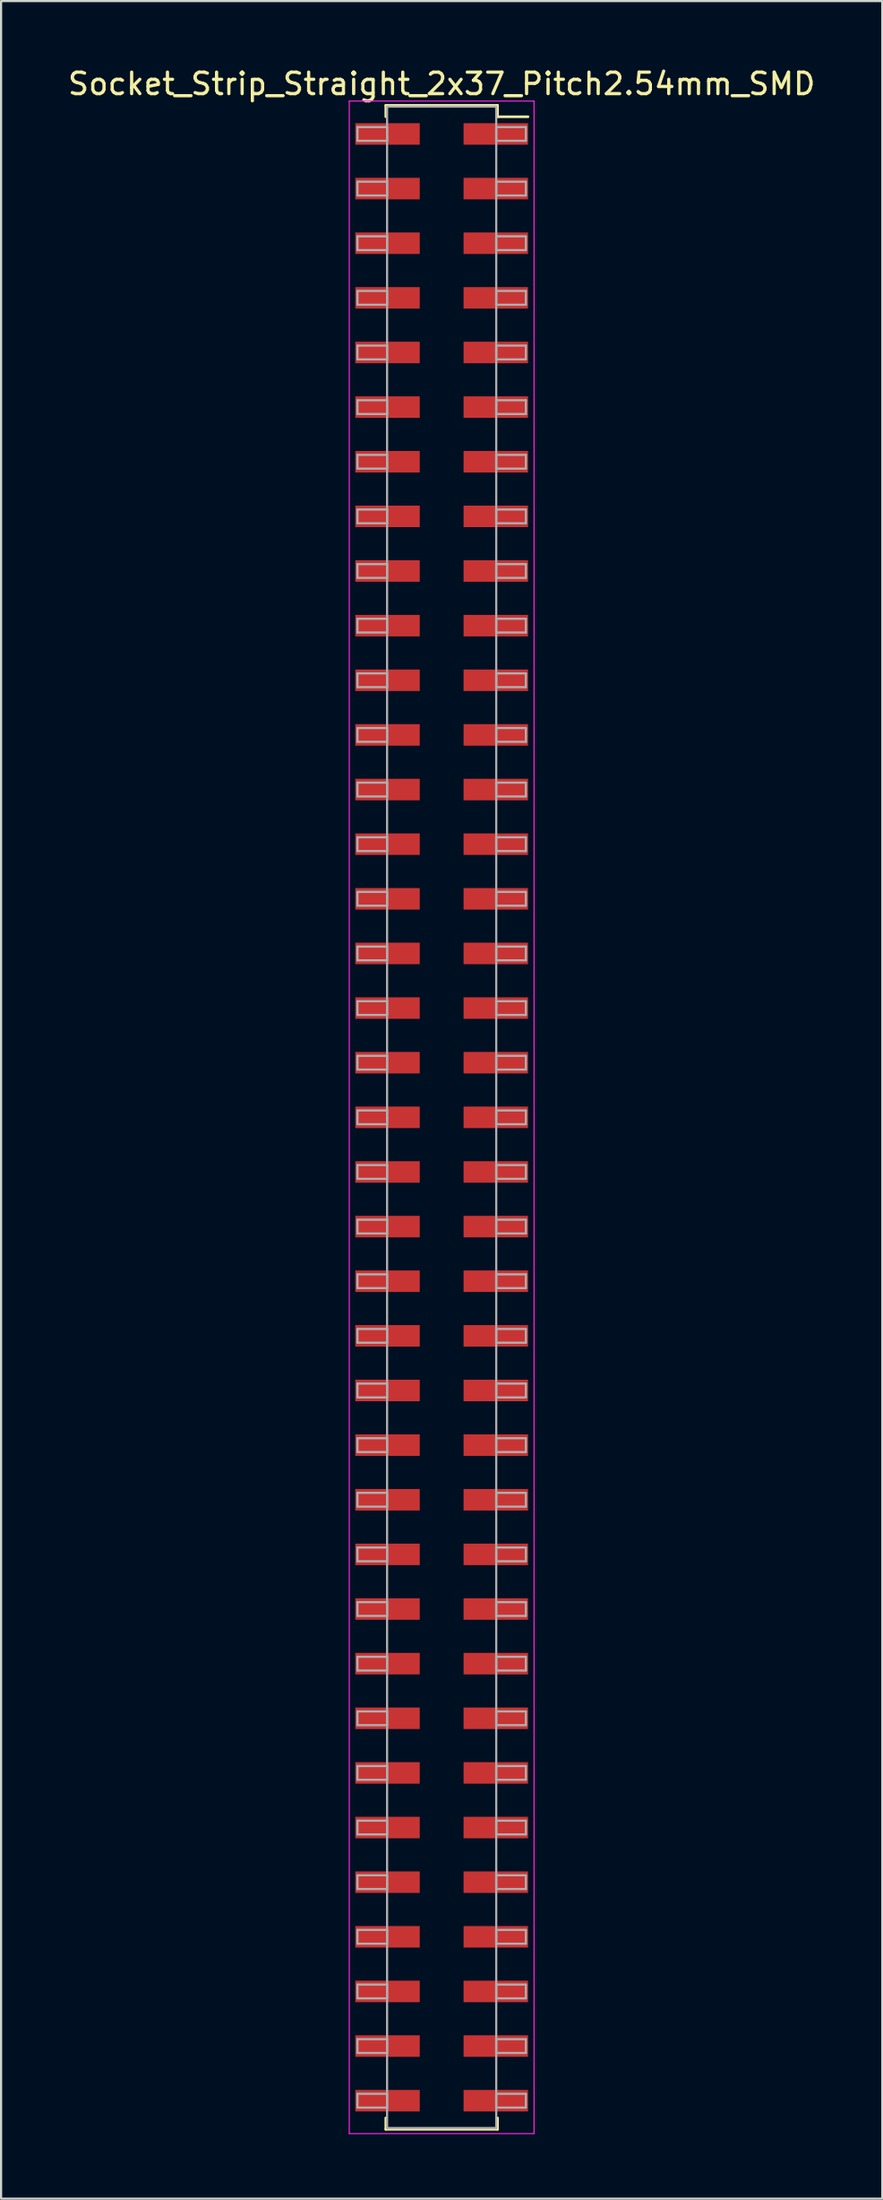
<source format=kicad_pcb>
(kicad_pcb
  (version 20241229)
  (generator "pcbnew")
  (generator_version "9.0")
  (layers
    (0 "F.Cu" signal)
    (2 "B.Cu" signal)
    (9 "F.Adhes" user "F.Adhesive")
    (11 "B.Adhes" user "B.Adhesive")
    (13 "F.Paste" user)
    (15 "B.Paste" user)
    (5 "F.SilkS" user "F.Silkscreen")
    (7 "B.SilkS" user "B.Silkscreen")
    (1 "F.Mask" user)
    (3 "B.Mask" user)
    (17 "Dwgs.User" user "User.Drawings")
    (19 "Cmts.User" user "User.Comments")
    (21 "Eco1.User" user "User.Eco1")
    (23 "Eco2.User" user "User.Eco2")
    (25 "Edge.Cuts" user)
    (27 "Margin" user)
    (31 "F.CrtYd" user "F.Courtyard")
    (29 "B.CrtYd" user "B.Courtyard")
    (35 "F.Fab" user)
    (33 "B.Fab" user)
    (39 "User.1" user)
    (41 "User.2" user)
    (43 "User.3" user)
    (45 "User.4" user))
  (footprint "Socket_Strip_Straight_2x37_Pitch2.54mm_SMD"
    (layer "F.Cu")
    (at 17.506 48.898)
    (property "Reference" "Socket_Strip_Straight_2x37_Pitch2.54mm_SMD" (at 0 -48.05 0) (layer "F.SilkS") (effects (font (size 1 1) (thickness 0.15))))
    (attr smd)
    (fp_line (start -2.6 -47.05) (end 2.6 -47.05) (stroke (width 0.12) (type solid)) (layer "F.SilkS"))
    (fp_line (start -2.6 -46.52) (end -2.6 -47.05) (stroke (width 0.12) (type solid)) (layer "F.SilkS"))
    (fp_line (start -2.6 46.52) (end -2.6 47.05) (stroke (width 0.12) (type solid)) (layer "F.SilkS"))
    (fp_line (start -2.6 47.05) (end 2.6 47.05) (stroke (width 0.12) (type solid)) (layer "F.SilkS"))
    (fp_line (start 2.6 -47.05) (end 2.6 -46.52) (stroke (width 0.12) (type solid)) (layer "F.SilkS"))
    (fp_line (start 2.6 47.05) (end 2.6 46.52) (stroke (width 0.12) (type solid)) (layer "F.SilkS"))
    (fp_line (start 4.02 -46.52) (end 2.6 -46.52) (stroke (width 0.12) (type solid)) (layer "F.SilkS"))
    (fp_line (start -4.3 -47.25) (end -4.3 47.25) (stroke (width 0.05) (type solid)) (layer "F.CrtYd"))
    (fp_line (start -4.3 47.25) (end 4.3 47.25) (stroke (width 0.05) (type solid)) (layer "F.CrtYd"))
    (fp_line (start 4.3 -47.25) (end -4.3 -47.25) (stroke (width 0.05) (type solid)) (layer "F.CrtYd"))
    (fp_line (start 4.3 47.25) (end 4.3 -47.25) (stroke (width 0.05) (type solid)) (layer "F.CrtYd"))
    (fp_line (start -3.92 -46.04) (end -2.54 -46.04) (stroke (width 0.1) (type solid)) (layer "F.Fab"))
    (fp_line (start -3.92 -45.4) (end -3.92 -46.04) (stroke (width 0.1) (type solid)) (layer "F.Fab"))
    (fp_line (start -3.92 -43.5) (end -2.54 -43.5) (stroke (width 0.1) (type solid)) (layer "F.Fab"))
    (fp_line (start -3.92 -42.86) (end -3.92 -43.5) (stroke (width 0.1) (type solid)) (layer "F.Fab"))
    (fp_line (start -3.92 -40.96) (end -2.54 -40.96) (stroke (width 0.1) (type solid)) (layer "F.Fab"))
    (fp_line (start -3.92 -40.32) (end -3.92 -40.96) (stroke (width 0.1) (type solid)) (layer "F.Fab"))
    (fp_line (start -3.92 -38.42) (end -2.54 -38.42) (stroke (width 0.1) (type solid)) (layer "F.Fab"))
    (fp_line (start -3.92 -37.78) (end -3.92 -38.42) (stroke (width 0.1) (type solid)) (layer "F.Fab"))
    (fp_line (start -3.92 -35.88) (end -2.54 -35.88) (stroke (width 0.1) (type solid)) (layer "F.Fab"))
    (fp_line (start -3.92 -35.24) (end -3.92 -35.88) (stroke (width 0.1) (type solid)) (layer "F.Fab"))
    (fp_line (start -3.92 -33.34) (end -2.54 -33.34) (stroke (width 0.1) (type solid)) (layer "F.Fab"))
    (fp_line (start -3.92 -32.7) (end -3.92 -33.34) (stroke (width 0.1) (type solid)) (layer "F.Fab"))
    (fp_line (start -3.92 -30.8) (end -2.54 -30.8) (stroke (width 0.1) (type solid)) (layer "F.Fab"))
    (fp_line (start -3.92 -30.16) (end -3.92 -30.8) (stroke (width 0.1) (type solid)) (layer "F.Fab"))
    (fp_line (start -3.92 -28.26) (end -2.54 -28.26) (stroke (width 0.1) (type solid)) (layer "F.Fab"))
    (fp_line (start -3.92 -27.62) (end -3.92 -28.26) (stroke (width 0.1) (type solid)) (layer "F.Fab"))
    (fp_line (start -3.92 -25.72) (end -2.54 -25.72) (stroke (width 0.1) (type solid)) (layer "F.Fab"))
    (fp_line (start -3.92 -25.08) (end -3.92 -25.72) (stroke (width 0.1) (type solid)) (layer "F.Fab"))
    (fp_line (start -3.92 -23.18) (end -2.54 -23.18) (stroke (width 0.1) (type solid)) (layer "F.Fab"))
    (fp_line (start -3.92 -22.54) (end -3.92 -23.18) (stroke (width 0.1) (type solid)) (layer "F.Fab"))
    (fp_line (start -3.92 -20.64) (end -2.54 -20.64) (stroke (width 0.1) (type solid)) (layer "F.Fab"))
    (fp_line (start -3.92 -20) (end -3.92 -20.64) (stroke (width 0.1) (type solid)) (layer "F.Fab"))
    (fp_line (start -3.92 -18.1) (end -2.54 -18.1) (stroke (width 0.1) (type solid)) (layer "F.Fab"))
    (fp_line (start -3.92 -17.46) (end -3.92 -18.1) (stroke (width 0.1) (type solid)) (layer "F.Fab"))
    (fp_line (start -3.92 -15.56) (end -2.54 -15.56) (stroke (width 0.1) (type solid)) (layer "F.Fab"))
    (fp_line (start -3.92 -14.92) (end -3.92 -15.56) (stroke (width 0.1) (type solid)) (layer "F.Fab"))
    (fp_line (start -3.92 -13.02) (end -2.54 -13.02) (stroke (width 0.1) (type solid)) (layer "F.Fab"))
    (fp_line (start -3.92 -12.38) (end -3.92 -13.02) (stroke (width 0.1) (type solid)) (layer "F.Fab"))
    (fp_line (start -3.92 -10.48) (end -2.54 -10.48) (stroke (width 0.1) (type solid)) (layer "F.Fab"))
    (fp_line (start -3.92 -9.84) (end -3.92 -10.48) (stroke (width 0.1) (type solid)) (layer "F.Fab"))
    (fp_line (start -3.92 -7.94) (end -2.54 -7.94) (stroke (width 0.1) (type solid)) (layer "F.Fab"))
    (fp_line (start -3.92 -7.3) (end -3.92 -7.94) (stroke (width 0.1) (type solid)) (layer "F.Fab"))
    (fp_line (start -3.92 -5.4) (end -2.54 -5.4) (stroke (width 0.1) (type solid)) (layer "F.Fab"))
    (fp_line (start -3.92 -4.76) (end -3.92 -5.4) (stroke (width 0.1) (type solid)) (layer "F.Fab"))
    (fp_line (start -3.92 -2.86) (end -2.54 -2.86) (stroke (width 0.1) (type solid)) (layer "F.Fab"))
    (fp_line (start -3.92 -2.22) (end -3.92 -2.86) (stroke (width 0.1) (type solid)) (layer "F.Fab"))
    (fp_line (start -3.92 -0.32) (end -2.54 -0.32) (stroke (width 0.1) (type solid)) (layer "F.Fab"))
    (fp_line (start -3.92 0.32) (end -3.92 -0.32) (stroke (width 0.1) (type solid)) (layer "F.Fab"))
    (fp_line (start -3.92 2.22) (end -2.54 2.22) (stroke (width 0.1) (type solid)) (layer "F.Fab"))
    (fp_line (start -3.92 2.86) (end -3.92 2.22) (stroke (width 0.1) (type solid)) (layer "F.Fab"))
    (fp_line (start -3.92 4.76) (end -2.54 4.76) (stroke (width 0.1) (type solid)) (layer "F.Fab"))
    (fp_line (start -3.92 5.4) (end -3.92 4.76) (stroke (width 0.1) (type solid)) (layer "F.Fab"))
    (fp_line (start -3.92 7.3) (end -2.54 7.3) (stroke (width 0.1) (type solid)) (layer "F.Fab"))
    (fp_line (start -3.92 7.94) (end -3.92 7.3) (stroke (width 0.1) (type solid)) (layer "F.Fab"))
    (fp_line (start -3.92 9.84) (end -2.54 9.84) (stroke (width 0.1) (type solid)) (layer "F.Fab"))
    (fp_line (start -3.92 10.48) (end -3.92 9.84) (stroke (width 0.1) (type solid)) (layer "F.Fab"))
    (fp_line (start -3.92 12.38) (end -2.54 12.38) (stroke (width 0.1) (type solid)) (layer "F.Fab"))
    (fp_line (start -3.92 13.02) (end -3.92 12.38) (stroke (width 0.1) (type solid)) (layer "F.Fab"))
    (fp_line (start -3.92 14.92) (end -2.54 14.92) (stroke (width 0.1) (type solid)) (layer "F.Fab"))
    (fp_line (start -3.92 15.56) (end -3.92 14.92) (stroke (width 0.1) (type solid)) (layer "F.Fab"))
    (fp_line (start -3.92 17.46) (end -2.54 17.46) (stroke (width 0.1) (type solid)) (layer "F.Fab"))
    (fp_line (start -3.92 18.1) (end -3.92 17.46) (stroke (width 0.1) (type solid)) (layer "F.Fab"))
    (fp_line (start -3.92 20) (end -2.54 20) (stroke (width 0.1) (type solid)) (layer "F.Fab"))
    (fp_line (start -3.92 20.64) (end -3.92 20) (stroke (width 0.1) (type solid)) (layer "F.Fab"))
    (fp_line (start -3.92 22.54) (end -2.54 22.54) (stroke (width 0.1) (type solid)) (layer "F.Fab"))
    (fp_line (start -3.92 23.18) (end -3.92 22.54) (stroke (width 0.1) (type solid)) (layer "F.Fab"))
    (fp_line (start -3.92 25.08) (end -2.54 25.08) (stroke (width 0.1) (type solid)) (layer "F.Fab"))
    (fp_line (start -3.92 25.72) (end -3.92 25.08) (stroke (width 0.1) (type solid)) (layer "F.Fab"))
    (fp_line (start -3.92 27.62) (end -2.54 27.62) (stroke (width 0.1) (type solid)) (layer "F.Fab"))
    (fp_line (start -3.92 28.26) (end -3.92 27.62) (stroke (width 0.1) (type solid)) (layer "F.Fab"))
    (fp_line (start -3.92 30.16) (end -2.54 30.16) (stroke (width 0.1) (type solid)) (layer "F.Fab"))
    (fp_line (start -3.92 30.8) (end -3.92 30.16) (stroke (width 0.1) (type solid)) (layer "F.Fab"))
    (fp_line (start -3.92 32.7) (end -2.54 32.7) (stroke (width 0.1) (type solid)) (layer "F.Fab"))
    (fp_line (start -3.92 33.34) (end -3.92 32.7) (stroke (width 0.1) (type solid)) (layer "F.Fab"))
    (fp_line (start -3.92 35.24) (end -2.54 35.24) (stroke (width 0.1) (type solid)) (layer "F.Fab"))
    (fp_line (start -3.92 35.88) (end -3.92 35.24) (stroke (width 0.1) (type solid)) (layer "F.Fab"))
    (fp_line (start -3.92 37.78) (end -2.54 37.78) (stroke (width 0.1) (type solid)) (layer "F.Fab"))
    (fp_line (start -3.92 38.42) (end -3.92 37.78) (stroke (width 0.1) (type solid)) (layer "F.Fab"))
    (fp_line (start -3.92 40.32) (end -2.54 40.32) (stroke (width 0.1) (type solid)) (layer "F.Fab"))
    (fp_line (start -3.92 40.96) (end -3.92 40.32) (stroke (width 0.1) (type solid)) (layer "F.Fab"))
    (fp_line (start -3.92 42.86) (end -2.54 42.86) (stroke (width 0.1) (type solid)) (layer "F.Fab"))
    (fp_line (start -3.92 43.5) (end -3.92 42.86) (stroke (width 0.1) (type solid)) (layer "F.Fab"))
    (fp_line (start -3.92 45.4) (end -2.54 45.4) (stroke (width 0.1) (type solid)) (layer "F.Fab"))
    (fp_line (start -3.92 46.04) (end -3.92 45.4) (stroke (width 0.1) (type solid)) (layer "F.Fab"))
    (fp_line (start -2.54 -46.99) (end -2.54 46.99) (stroke (width 0.1) (type solid)) (layer "F.Fab"))
    (fp_line (start -2.54 -46.04) (end -2.54 -45.4) (stroke (width 0.1) (type solid)) (layer "F.Fab"))
    (fp_line (start -2.54 -45.4) (end -3.92 -45.4) (stroke (width 0.1) (type solid)) (layer "F.Fab"))
    (fp_line (start -2.54 -43.5) (end -2.54 -42.86) (stroke (width 0.1) (type solid)) (layer "F.Fab"))
    (fp_line (start -2.54 -42.86) (end -3.92 -42.86) (stroke (width 0.1) (type solid)) (layer "F.Fab"))
    (fp_line (start -2.54 -40.96) (end -2.54 -40.32) (stroke (width 0.1) (type solid)) (layer "F.Fab"))
    (fp_line (start -2.54 -40.32) (end -3.92 -40.32) (stroke (width 0.1) (type solid)) (layer "F.Fab"))
    (fp_line (start -2.54 -38.42) (end -2.54 -37.78) (stroke (width 0.1) (type solid)) (layer "F.Fab"))
    (fp_line (start -2.54 -37.78) (end -3.92 -37.78) (stroke (width 0.1) (type solid)) (layer "F.Fab"))
    (fp_line (start -2.54 -35.88) (end -2.54 -35.24) (stroke (width 0.1) (type solid)) (layer "F.Fab"))
    (fp_line (start -2.54 -35.24) (end -3.92 -35.24) (stroke (width 0.1) (type solid)) (layer "F.Fab"))
    (fp_line (start -2.54 -33.34) (end -2.54 -32.7) (stroke (width 0.1) (type solid)) (layer "F.Fab"))
    (fp_line (start -2.54 -32.7) (end -3.92 -32.7) (stroke (width 0.1) (type solid)) (layer "F.Fab"))
    (fp_line (start -2.54 -30.8) (end -2.54 -30.16) (stroke (width 0.1) (type solid)) (layer "F.Fab"))
    (fp_line (start -2.54 -30.16) (end -3.92 -30.16) (stroke (width 0.1) (type solid)) (layer "F.Fab"))
    (fp_line (start -2.54 -28.26) (end -2.54 -27.62) (stroke (width 0.1) (type solid)) (layer "F.Fab"))
    (fp_line (start -2.54 -27.62) (end -3.92 -27.62) (stroke (width 0.1) (type solid)) (layer "F.Fab"))
    (fp_line (start -2.54 -25.72) (end -2.54 -25.08) (stroke (width 0.1) (type solid)) (layer "F.Fab"))
    (fp_line (start -2.54 -25.08) (end -3.92 -25.08) (stroke (width 0.1) (type solid)) (layer "F.Fab"))
    (fp_line (start -2.54 -23.18) (end -2.54 -22.54) (stroke (width 0.1) (type solid)) (layer "F.Fab"))
    (fp_line (start -2.54 -22.54) (end -3.92 -22.54) (stroke (width 0.1) (type solid)) (layer "F.Fab"))
    (fp_line (start -2.54 -20.64) (end -2.54 -20) (stroke (width 0.1) (type solid)) (layer "F.Fab"))
    (fp_line (start -2.54 -20) (end -3.92 -20) (stroke (width 0.1) (type solid)) (layer "F.Fab"))
    (fp_line (start -2.54 -18.1) (end -2.54 -17.46) (stroke (width 0.1) (type solid)) (layer "F.Fab"))
    (fp_line (start -2.54 -17.46) (end -3.92 -17.46) (stroke (width 0.1) (type solid)) (layer "F.Fab"))
    (fp_line (start -2.54 -15.56) (end -2.54 -14.92) (stroke (width 0.1) (type solid)) (layer "F.Fab"))
    (fp_line (start -2.54 -14.92) (end -3.92 -14.92) (stroke (width 0.1) (type solid)) (layer "F.Fab"))
    (fp_line (start -2.54 -13.02) (end -2.54 -12.38) (stroke (width 0.1) (type solid)) (layer "F.Fab"))
    (fp_line (start -2.54 -12.38) (end -3.92 -12.38) (stroke (width 0.1) (type solid)) (layer "F.Fab"))
    (fp_line (start -2.54 -10.48) (end -2.54 -9.84) (stroke (width 0.1) (type solid)) (layer "F.Fab"))
    (fp_line (start -2.54 -9.84) (end -3.92 -9.84) (stroke (width 0.1) (type solid)) (layer "F.Fab"))
    (fp_line (start -2.54 -7.94) (end -2.54 -7.3) (stroke (width 0.1) (type solid)) (layer "F.Fab"))
    (fp_line (start -2.54 -7.3) (end -3.92 -7.3) (stroke (width 0.1) (type solid)) (layer "F.Fab"))
    (fp_line (start -2.54 -5.4) (end -2.54 -4.76) (stroke (width 0.1) (type solid)) (layer "F.Fab"))
    (fp_line (start -2.54 -4.76) (end -3.92 -4.76) (stroke (width 0.1) (type solid)) (layer "F.Fab"))
    (fp_line (start -2.54 -2.86) (end -2.54 -2.22) (stroke (width 0.1) (type solid)) (layer "F.Fab"))
    (fp_line (start -2.54 -2.22) (end -3.92 -2.22) (stroke (width 0.1) (type solid)) (layer "F.Fab"))
    (fp_line (start -2.54 -0.32) (end -2.54 0.32) (stroke (width 0.1) (type solid)) (layer "F.Fab"))
    (fp_line (start -2.54 0.32) (end -3.92 0.32) (stroke (width 0.1) (type solid)) (layer "F.Fab"))
    (fp_line (start -2.54 2.22) (end -2.54 2.86) (stroke (width 0.1) (type solid)) (layer "F.Fab"))
    (fp_line (start -2.54 2.86) (end -3.92 2.86) (stroke (width 0.1) (type solid)) (layer "F.Fab"))
    (fp_line (start -2.54 4.76) (end -2.54 5.4) (stroke (width 0.1) (type solid)) (layer "F.Fab"))
    (fp_line (start -2.54 5.4) (end -3.92 5.4) (stroke (width 0.1) (type solid)) (layer "F.Fab"))
    (fp_line (start -2.54 7.3) (end -2.54 7.94) (stroke (width 0.1) (type solid)) (layer "F.Fab"))
    (fp_line (start -2.54 7.94) (end -3.92 7.94) (stroke (width 0.1) (type solid)) (layer "F.Fab"))
    (fp_line (start -2.54 9.84) (end -2.54 10.48) (stroke (width 0.1) (type solid)) (layer "F.Fab"))
    (fp_line (start -2.54 10.48) (end -3.92 10.48) (stroke (width 0.1) (type solid)) (layer "F.Fab"))
    (fp_line (start -2.54 12.38) (end -2.54 13.02) (stroke (width 0.1) (type solid)) (layer "F.Fab"))
    (fp_line (start -2.54 13.02) (end -3.92 13.02) (stroke (width 0.1) (type solid)) (layer "F.Fab"))
    (fp_line (start -2.54 14.92) (end -2.54 15.56) (stroke (width 0.1) (type solid)) (layer "F.Fab"))
    (fp_line (start -2.54 15.56) (end -3.92 15.56) (stroke (width 0.1) (type solid)) (layer "F.Fab"))
    (fp_line (start -2.54 17.46) (end -2.54 18.1) (stroke (width 0.1) (type solid)) (layer "F.Fab"))
    (fp_line (start -2.54 18.1) (end -3.92 18.1) (stroke (width 0.1) (type solid)) (layer "F.Fab"))
    (fp_line (start -2.54 20) (end -2.54 20.64) (stroke (width 0.1) (type solid)) (layer "F.Fab"))
    (fp_line (start -2.54 20.64) (end -3.92 20.64) (stroke (width 0.1) (type solid)) (layer "F.Fab"))
    (fp_line (start -2.54 22.54) (end -2.54 23.18) (stroke (width 0.1) (type solid)) (layer "F.Fab"))
    (fp_line (start -2.54 23.18) (end -3.92 23.18) (stroke (width 0.1) (type solid)) (layer "F.Fab"))
    (fp_line (start -2.54 25.08) (end -2.54 25.72) (stroke (width 0.1) (type solid)) (layer "F.Fab"))
    (fp_line (start -2.54 25.72) (end -3.92 25.72) (stroke (width 0.1) (type solid)) (layer "F.Fab"))
    (fp_line (start -2.54 27.62) (end -2.54 28.26) (stroke (width 0.1) (type solid)) (layer "F.Fab"))
    (fp_line (start -2.54 28.26) (end -3.92 28.26) (stroke (width 0.1) (type solid)) (layer "F.Fab"))
    (fp_line (start -2.54 30.16) (end -2.54 30.8) (stroke (width 0.1) (type solid)) (layer "F.Fab"))
    (fp_line (start -2.54 30.8) (end -3.92 30.8) (stroke (width 0.1) (type solid)) (layer "F.Fab"))
    (fp_line (start -2.54 32.7) (end -2.54 33.34) (stroke (width 0.1) (type solid)) (layer "F.Fab"))
    (fp_line (start -2.54 33.34) (end -3.92 33.34) (stroke (width 0.1) (type solid)) (layer "F.Fab"))
    (fp_line (start -2.54 35.24) (end -2.54 35.88) (stroke (width 0.1) (type solid)) (layer "F.Fab"))
    (fp_line (start -2.54 35.88) (end -3.92 35.88) (stroke (width 0.1) (type solid)) (layer "F.Fab"))
    (fp_line (start -2.54 37.78) (end -2.54 38.42) (stroke (width 0.1) (type solid)) (layer "F.Fab"))
    (fp_line (start -2.54 38.42) (end -3.92 38.42) (stroke (width 0.1) (type solid)) (layer "F.Fab"))
    (fp_line (start -2.54 40.32) (end -2.54 40.96) (stroke (width 0.1) (type solid)) (layer "F.Fab"))
    (fp_line (start -2.54 40.96) (end -3.92 40.96) (stroke (width 0.1) (type solid)) (layer "F.Fab"))
    (fp_line (start -2.54 42.86) (end -2.54 43.5) (stroke (width 0.1) (type solid)) (layer "F.Fab"))
    (fp_line (start -2.54 43.5) (end -3.92 43.5) (stroke (width 0.1) (type solid)) (layer "F.Fab"))
    (fp_line (start -2.54 45.4) (end -2.54 46.04) (stroke (width 0.1) (type solid)) (layer "F.Fab"))
    (fp_line (start -2.54 46.04) (end -3.92 46.04) (stroke (width 0.1) (type solid)) (layer "F.Fab"))
    (fp_line (start -2.54 46.99) (end 2.54 46.99) (stroke (width 0.1) (type solid)) (layer "F.Fab"))
    (fp_line (start 2.54 -46.99) (end -2.54 -46.99) (stroke (width 0.1) (type solid)) (layer "F.Fab"))
    (fp_line (start 2.54 -46.04) (end 2.54 -45.4) (stroke (width 0.1) (type solid)) (layer "F.Fab"))
    (fp_line (start 2.54 -45.4) (end 3.92 -45.4) (stroke (width 0.1) (type solid)) (layer "F.Fab"))
    (fp_line (start 2.54 -43.5) (end 2.54 -42.86) (stroke (width 0.1) (type solid)) (layer "F.Fab"))
    (fp_line (start 2.54 -42.86) (end 3.92 -42.86) (stroke (width 0.1) (type solid)) (layer "F.Fab"))
    (fp_line (start 2.54 -40.96) (end 2.54 -40.32) (stroke (width 0.1) (type solid)) (layer "F.Fab"))
    (fp_line (start 2.54 -40.32) (end 3.92 -40.32) (stroke (width 0.1) (type solid)) (layer "F.Fab"))
    (fp_line (start 2.54 -38.42) (end 2.54 -37.78) (stroke (width 0.1) (type solid)) (layer "F.Fab"))
    (fp_line (start 2.54 -37.78) (end 3.92 -37.78) (stroke (width 0.1) (type solid)) (layer "F.Fab"))
    (fp_line (start 2.54 -35.88) (end 2.54 -35.24) (stroke (width 0.1) (type solid)) (layer "F.Fab"))
    (fp_line (start 2.54 -35.24) (end 3.92 -35.24) (stroke (width 0.1) (type solid)) (layer "F.Fab"))
    (fp_line (start 2.54 -33.34) (end 2.54 -32.7) (stroke (width 0.1) (type solid)) (layer "F.Fab"))
    (fp_line (start 2.54 -32.7) (end 3.92 -32.7) (stroke (width 0.1) (type solid)) (layer "F.Fab"))
    (fp_line (start 2.54 -30.8) (end 2.54 -30.16) (stroke (width 0.1) (type solid)) (layer "F.Fab"))
    (fp_line (start 2.54 -30.16) (end 3.92 -30.16) (stroke (width 0.1) (type solid)) (layer "F.Fab"))
    (fp_line (start 2.54 -28.26) (end 2.54 -27.62) (stroke (width 0.1) (type solid)) (layer "F.Fab"))
    (fp_line (start 2.54 -27.62) (end 3.92 -27.62) (stroke (width 0.1) (type solid)) (layer "F.Fab"))
    (fp_line (start 2.54 -25.72) (end 2.54 -25.08) (stroke (width 0.1) (type solid)) (layer "F.Fab"))
    (fp_line (start 2.54 -25.08) (end 3.92 -25.08) (stroke (width 0.1) (type solid)) (layer "F.Fab"))
    (fp_line (start 2.54 -23.18) (end 2.54 -22.54) (stroke (width 0.1) (type solid)) (layer "F.Fab"))
    (fp_line (start 2.54 -22.54) (end 3.92 -22.54) (stroke (width 0.1) (type solid)) (layer "F.Fab"))
    (fp_line (start 2.54 -20.64) (end 2.54 -20) (stroke (width 0.1) (type solid)) (layer "F.Fab"))
    (fp_line (start 2.54 -20) (end 3.92 -20) (stroke (width 0.1) (type solid)) (layer "F.Fab"))
    (fp_line (start 2.54 -18.1) (end 2.54 -17.46) (stroke (width 0.1) (type solid)) (layer "F.Fab"))
    (fp_line (start 2.54 -17.46) (end 3.92 -17.46) (stroke (width 0.1) (type solid)) (layer "F.Fab"))
    (fp_line (start 2.54 -15.56) (end 2.54 -14.92) (stroke (width 0.1) (type solid)) (layer "F.Fab"))
    (fp_line (start 2.54 -14.92) (end 3.92 -14.92) (stroke (width 0.1) (type solid)) (layer "F.Fab"))
    (fp_line (start 2.54 -13.02) (end 2.54 -12.38) (stroke (width 0.1) (type solid)) (layer "F.Fab"))
    (fp_line (start 2.54 -12.38) (end 3.92 -12.38) (stroke (width 0.1) (type solid)) (layer "F.Fab"))
    (fp_line (start 2.54 -10.48) (end 2.54 -9.84) (stroke (width 0.1) (type solid)) (layer "F.Fab"))
    (fp_line (start 2.54 -9.84) (end 3.92 -9.84) (stroke (width 0.1) (type solid)) (layer "F.Fab"))
    (fp_line (start 2.54 -7.94) (end 2.54 -7.3) (stroke (width 0.1) (type solid)) (layer "F.Fab"))
    (fp_line (start 2.54 -7.3) (end 3.92 -7.3) (stroke (width 0.1) (type solid)) (layer "F.Fab"))
    (fp_line (start 2.54 -5.4) (end 2.54 -4.76) (stroke (width 0.1) (type solid)) (layer "F.Fab"))
    (fp_line (start 2.54 -4.76) (end 3.92 -4.76) (stroke (width 0.1) (type solid)) (layer "F.Fab"))
    (fp_line (start 2.54 -2.86) (end 2.54 -2.22) (stroke (width 0.1) (type solid)) (layer "F.Fab"))
    (fp_line (start 2.54 -2.22) (end 3.92 -2.22) (stroke (width 0.1) (type solid)) (layer "F.Fab"))
    (fp_line (start 2.54 -0.32) (end 2.54 0.32) (stroke (width 0.1) (type solid)) (layer "F.Fab"))
    (fp_line (start 2.54 0.32) (end 3.92 0.32) (stroke (width 0.1) (type solid)) (layer "F.Fab"))
    (fp_line (start 2.54 2.22) (end 2.54 2.86) (stroke (width 0.1) (type solid)) (layer "F.Fab"))
    (fp_line (start 2.54 2.86) (end 3.92 2.86) (stroke (width 0.1) (type solid)) (layer "F.Fab"))
    (fp_line (start 2.54 4.76) (end 2.54 5.4) (stroke (width 0.1) (type solid)) (layer "F.Fab"))
    (fp_line (start 2.54 5.4) (end 3.92 5.4) (stroke (width 0.1) (type solid)) (layer "F.Fab"))
    (fp_line (start 2.54 7.3) (end 2.54 7.94) (stroke (width 0.1) (type solid)) (layer "F.Fab"))
    (fp_line (start 2.54 7.94) (end 3.92 7.94) (stroke (width 0.1) (type solid)) (layer "F.Fab"))
    (fp_line (start 2.54 9.84) (end 2.54 10.48) (stroke (width 0.1) (type solid)) (layer "F.Fab"))
    (fp_line (start 2.54 10.48) (end 3.92 10.48) (stroke (width 0.1) (type solid)) (layer "F.Fab"))
    (fp_line (start 2.54 12.38) (end 2.54 13.02) (stroke (width 0.1) (type solid)) (layer "F.Fab"))
    (fp_line (start 2.54 13.02) (end 3.92 13.02) (stroke (width 0.1) (type solid)) (layer "F.Fab"))
    (fp_line (start 2.54 14.92) (end 2.54 15.56) (stroke (width 0.1) (type solid)) (layer "F.Fab"))
    (fp_line (start 2.54 15.56) (end 3.92 15.56) (stroke (width 0.1) (type solid)) (layer "F.Fab"))
    (fp_line (start 2.54 17.46) (end 2.54 18.1) (stroke (width 0.1) (type solid)) (layer "F.Fab"))
    (fp_line (start 2.54 18.1) (end 3.92 18.1) (stroke (width 0.1) (type solid)) (layer "F.Fab"))
    (fp_line (start 2.54 20) (end 2.54 20.64) (stroke (width 0.1) (type solid)) (layer "F.Fab"))
    (fp_line (start 2.54 20.64) (end 3.92 20.64) (stroke (width 0.1) (type solid)) (layer "F.Fab"))
    (fp_line (start 2.54 22.54) (end 2.54 23.18) (stroke (width 0.1) (type solid)) (layer "F.Fab"))
    (fp_line (start 2.54 23.18) (end 3.92 23.18) (stroke (width 0.1) (type solid)) (layer "F.Fab"))
    (fp_line (start 2.54 25.08) (end 2.54 25.72) (stroke (width 0.1) (type solid)) (layer "F.Fab"))
    (fp_line (start 2.54 25.72) (end 3.92 25.72) (stroke (width 0.1) (type solid)) (layer "F.Fab"))
    (fp_line (start 2.54 27.62) (end 2.54 28.26) (stroke (width 0.1) (type solid)) (layer "F.Fab"))
    (fp_line (start 2.54 28.26) (end 3.92 28.26) (stroke (width 0.1) (type solid)) (layer "F.Fab"))
    (fp_line (start 2.54 30.16) (end 2.54 30.8) (stroke (width 0.1) (type solid)) (layer "F.Fab"))
    (fp_line (start 2.54 30.8) (end 3.92 30.8) (stroke (width 0.1) (type solid)) (layer "F.Fab"))
    (fp_line (start 2.54 32.7) (end 2.54 33.34) (stroke (width 0.1) (type solid)) (layer "F.Fab"))
    (fp_line (start 2.54 33.34) (end 3.92 33.34) (stroke (width 0.1) (type solid)) (layer "F.Fab"))
    (fp_line (start 2.54 35.24) (end 2.54 35.88) (stroke (width 0.1) (type solid)) (layer "F.Fab"))
    (fp_line (start 2.54 35.88) (end 3.92 35.88) (stroke (width 0.1) (type solid)) (layer "F.Fab"))
    (fp_line (start 2.54 37.78) (end 2.54 38.42) (stroke (width 0.1) (type solid)) (layer "F.Fab"))
    (fp_line (start 2.54 38.42) (end 3.92 38.42) (stroke (width 0.1) (type solid)) (layer "F.Fab"))
    (fp_line (start 2.54 40.32) (end 2.54 40.96) (stroke (width 0.1) (type solid)) (layer "F.Fab"))
    (fp_line (start 2.54 40.96) (end 3.92 40.96) (stroke (width 0.1) (type solid)) (layer "F.Fab"))
    (fp_line (start 2.54 42.86) (end 2.54 43.5) (stroke (width 0.1) (type solid)) (layer "F.Fab"))
    (fp_line (start 2.54 43.5) (end 3.92 43.5) (stroke (width 0.1) (type solid)) (layer "F.Fab"))
    (fp_line (start 2.54 45.4) (end 2.54 46.04) (stroke (width 0.1) (type solid)) (layer "F.Fab"))
    (fp_line (start 2.54 46.04) (end 3.92 46.04) (stroke (width 0.1) (type solid)) (layer "F.Fab"))
    (fp_line (start 2.54 46.99) (end 2.54 -46.99) (stroke (width 0.1) (type solid)) (layer "F.Fab"))
    (fp_line (start 3.92 -46.04) (end 2.54 -46.04) (stroke (width 0.1) (type solid)) (layer "F.Fab"))
    (fp_line (start 3.92 -45.4) (end 3.92 -46.04) (stroke (width 0.1) (type solid)) (layer "F.Fab"))
    (fp_line (start 3.92 -43.5) (end 2.54 -43.5) (stroke (width 0.1) (type solid)) (layer "F.Fab"))
    (fp_line (start 3.92 -42.86) (end 3.92 -43.5) (stroke (width 0.1) (type solid)) (layer "F.Fab"))
    (fp_line (start 3.92 -40.96) (end 2.54 -40.96) (stroke (width 0.1) (type solid)) (layer "F.Fab"))
    (fp_line (start 3.92 -40.32) (end 3.92 -40.96) (stroke (width 0.1) (type solid)) (layer "F.Fab"))
    (fp_line (start 3.92 -38.42) (end 2.54 -38.42) (stroke (width 0.1) (type solid)) (layer "F.Fab"))
    (fp_line (start 3.92 -37.78) (end 3.92 -38.42) (stroke (width 0.1) (type solid)) (layer "F.Fab"))
    (fp_line (start 3.92 -35.88) (end 2.54 -35.88) (stroke (width 0.1) (type solid)) (layer "F.Fab"))
    (fp_line (start 3.92 -35.24) (end 3.92 -35.88) (stroke (width 0.1) (type solid)) (layer "F.Fab"))
    (fp_line (start 3.92 -33.34) (end 2.54 -33.34) (stroke (width 0.1) (type solid)) (layer "F.Fab"))
    (fp_line (start 3.92 -32.7) (end 3.92 -33.34) (stroke (width 0.1) (type solid)) (layer "F.Fab"))
    (fp_line (start 3.92 -30.8) (end 2.54 -30.8) (stroke (width 0.1) (type solid)) (layer "F.Fab"))
    (fp_line (start 3.92 -30.16) (end 3.92 -30.8) (stroke (width 0.1) (type solid)) (layer "F.Fab"))
    (fp_line (start 3.92 -28.26) (end 2.54 -28.26) (stroke (width 0.1) (type solid)) (layer "F.Fab"))
    (fp_line (start 3.92 -27.62) (end 3.92 -28.26) (stroke (width 0.1) (type solid)) (layer "F.Fab"))
    (fp_line (start 3.92 -25.72) (end 2.54 -25.72) (stroke (width 0.1) (type solid)) (layer "F.Fab"))
    (fp_line (start 3.92 -25.08) (end 3.92 -25.72) (stroke (width 0.1) (type solid)) (layer "F.Fab"))
    (fp_line (start 3.92 -23.18) (end 2.54 -23.18) (stroke (width 0.1) (type solid)) (layer "F.Fab"))
    (fp_line (start 3.92 -22.54) (end 3.92 -23.18) (stroke (width 0.1) (type solid)) (layer "F.Fab"))
    (fp_line (start 3.92 -20.64) (end 2.54 -20.64) (stroke (width 0.1) (type solid)) (layer "F.Fab"))
    (fp_line (start 3.92 -20) (end 3.92 -20.64) (stroke (width 0.1) (type solid)) (layer "F.Fab"))
    (fp_line (start 3.92 -18.1) (end 2.54 -18.1) (stroke (width 0.1) (type solid)) (layer "F.Fab"))
    (fp_line (start 3.92 -17.46) (end 3.92 -18.1) (stroke (width 0.1) (type solid)) (layer "F.Fab"))
    (fp_line (start 3.92 -15.56) (end 2.54 -15.56) (stroke (width 0.1) (type solid)) (layer "F.Fab"))
    (fp_line (start 3.92 -14.92) (end 3.92 -15.56) (stroke (width 0.1) (type solid)) (layer "F.Fab"))
    (fp_line (start 3.92 -13.02) (end 2.54 -13.02) (stroke (width 0.1) (type solid)) (layer "F.Fab"))
    (fp_line (start 3.92 -12.38) (end 3.92 -13.02) (stroke (width 0.1) (type solid)) (layer "F.Fab"))
    (fp_line (start 3.92 -10.48) (end 2.54 -10.48) (stroke (width 0.1) (type solid)) (layer "F.Fab"))
    (fp_line (start 3.92 -9.84) (end 3.92 -10.48) (stroke (width 0.1) (type solid)) (layer "F.Fab"))
    (fp_line (start 3.92 -7.94) (end 2.54 -7.94) (stroke (width 0.1) (type solid)) (layer "F.Fab"))
    (fp_line (start 3.92 -7.3) (end 3.92 -7.94) (stroke (width 0.1) (type solid)) (layer "F.Fab"))
    (fp_line (start 3.92 -5.4) (end 2.54 -5.4) (stroke (width 0.1) (type solid)) (layer "F.Fab"))
    (fp_line (start 3.92 -4.76) (end 3.92 -5.4) (stroke (width 0.1) (type solid)) (layer "F.Fab"))
    (fp_line (start 3.92 -2.86) (end 2.54 -2.86) (stroke (width 0.1) (type solid)) (layer "F.Fab"))
    (fp_line (start 3.92 -2.22) (end 3.92 -2.86) (stroke (width 0.1) (type solid)) (layer "F.Fab"))
    (fp_line (start 3.92 -0.32) (end 2.54 -0.32) (stroke (width 0.1) (type solid)) (layer "F.Fab"))
    (fp_line (start 3.92 0.32) (end 3.92 -0.32) (stroke (width 0.1) (type solid)) (layer "F.Fab"))
    (fp_line (start 3.92 2.22) (end 2.54 2.22) (stroke (width 0.1) (type solid)) (layer "F.Fab"))
    (fp_line (start 3.92 2.86) (end 3.92 2.22) (stroke (width 0.1) (type solid)) (layer "F.Fab"))
    (fp_line (start 3.92 4.76) (end 2.54 4.76) (stroke (width 0.1) (type solid)) (layer "F.Fab"))
    (fp_line (start 3.92 5.4) (end 3.92 4.76) (stroke (width 0.1) (type solid)) (layer "F.Fab"))
    (fp_line (start 3.92 7.3) (end 2.54 7.3) (stroke (width 0.1) (type solid)) (layer "F.Fab"))
    (fp_line (start 3.92 7.94) (end 3.92 7.3) (stroke (width 0.1) (type solid)) (layer "F.Fab"))
    (fp_line (start 3.92 9.84) (end 2.54 9.84) (stroke (width 0.1) (type solid)) (layer "F.Fab"))
    (fp_line (start 3.92 10.48) (end 3.92 9.84) (stroke (width 0.1) (type solid)) (layer "F.Fab"))
    (fp_line (start 3.92 12.38) (end 2.54 12.38) (stroke (width 0.1) (type solid)) (layer "F.Fab"))
    (fp_line (start 3.92 13.02) (end 3.92 12.38) (stroke (width 0.1) (type solid)) (layer "F.Fab"))
    (fp_line (start 3.92 14.92) (end 2.54 14.92) (stroke (width 0.1) (type solid)) (layer "F.Fab"))
    (fp_line (start 3.92 15.56) (end 3.92 14.92) (stroke (width 0.1) (type solid)) (layer "F.Fab"))
    (fp_line (start 3.92 17.46) (end 2.54 17.46) (stroke (width 0.1) (type solid)) (layer "F.Fab"))
    (fp_line (start 3.92 18.1) (end 3.92 17.46) (stroke (width 0.1) (type solid)) (layer "F.Fab"))
    (fp_line (start 3.92 20) (end 2.54 20) (stroke (width 0.1) (type solid)) (layer "F.Fab"))
    (fp_line (start 3.92 20.64) (end 3.92 20) (stroke (width 0.1) (type solid)) (layer "F.Fab"))
    (fp_line (start 3.92 22.54) (end 2.54 22.54) (stroke (width 0.1) (type solid)) (layer "F.Fab"))
    (fp_line (start 3.92 23.18) (end 3.92 22.54) (stroke (width 0.1) (type solid)) (layer "F.Fab"))
    (fp_line (start 3.92 25.08) (end 2.54 25.08) (stroke (width 0.1) (type solid)) (layer "F.Fab"))
    (fp_line (start 3.92 25.72) (end 3.92 25.08) (stroke (width 0.1) (type solid)) (layer "F.Fab"))
    (fp_line (start 3.92 27.62) (end 2.54 27.62) (stroke (width 0.1) (type solid)) (layer "F.Fab"))
    (fp_line (start 3.92 28.26) (end 3.92 27.62) (stroke (width 0.1) (type solid)) (layer "F.Fab"))
    (fp_line (start 3.92 30.16) (end 2.54 30.16) (stroke (width 0.1) (type solid)) (layer "F.Fab"))
    (fp_line (start 3.92 30.8) (end 3.92 30.16) (stroke (width 0.1) (type solid)) (layer "F.Fab"))
    (fp_line (start 3.92 32.7) (end 2.54 32.7) (stroke (width 0.1) (type solid)) (layer "F.Fab"))
    (fp_line (start 3.92 33.34) (end 3.92 32.7) (stroke (width 0.1) (type solid)) (layer "F.Fab"))
    (fp_line (start 3.92 35.24) (end 2.54 35.24) (stroke (width 0.1) (type solid)) (layer "F.Fab"))
    (fp_line (start 3.92 35.88) (end 3.92 35.24) (stroke (width 0.1) (type solid)) (layer "F.Fab"))
    (fp_line (start 3.92 37.78) (end 2.54 37.78) (stroke (width 0.1) (type solid)) (layer "F.Fab"))
    (fp_line (start 3.92 38.42) (end 3.92 37.78) (stroke (width 0.1) (type solid)) (layer "F.Fab"))
    (fp_line (start 3.92 40.32) (end 2.54 40.32) (stroke (width 0.1) (type solid)) (layer "F.Fab"))
    (fp_line (start 3.92 40.96) (end 3.92 40.32) (stroke (width 0.1) (type solid)) (layer "F.Fab"))
    (fp_line (start 3.92 42.86) (end 2.54 42.86) (stroke (width 0.1) (type solid)) (layer "F.Fab"))
    (fp_line (start 3.92 43.5) (end 3.92 42.86) (stroke (width 0.1) (type solid)) (layer "F.Fab"))
    (fp_line (start 3.92 45.4) (end 2.54 45.4) (stroke (width 0.1) (type solid)) (layer "F.Fab"))
    (fp_line (start 3.92 46.04) (end 3.92 45.4) (stroke (width 0.1) (type solid)) (layer "F.Fab"))
    (pad "1" smd rect (at 2.52 -45.72) (size 3 1) (layers "F.Cu" "F.Mask"))
    (pad "2" smd rect (at -2.52 -45.72) (size 3 1) (layers "F.Cu" "F.Mask"))
    (pad "3" smd rect (at 2.52 -43.18) (size 3 1) (layers "F.Cu" "F.Mask"))
    (pad "4" smd rect (at -2.52 -43.18) (size 3 1) (layers "F.Cu" "F.Mask"))
    (pad "5" smd rect (at 2.52 -40.64) (size 3 1) (layers "F.Cu" "F.Mask"))
    (pad "6" smd rect (at -2.52 -40.64) (size 3 1) (layers "F.Cu" "F.Mask"))
    (pad "7" smd rect (at 2.52 -38.1) (size 3 1) (layers "F.Cu" "F.Mask"))
    (pad "8" smd rect (at -2.52 -38.1) (size 3 1) (layers "F.Cu" "F.Mask"))
    (pad "9" smd rect (at 2.52 -35.56) (size 3 1) (layers "F.Cu" "F.Mask"))
    (pad "10" smd rect (at -2.52 -35.56) (size 3 1) (layers "F.Cu" "F.Mask"))
    (pad "11" smd rect (at 2.52 -33.02) (size 3 1) (layers "F.Cu" "F.Mask"))
    (pad "12" smd rect (at -2.52 -33.02) (size 3 1) (layers "F.Cu" "F.Mask"))
    (pad "13" smd rect (at 2.52 -30.48) (size 3 1) (layers "F.Cu" "F.Mask"))
    (pad "14" smd rect (at -2.52 -30.48) (size 3 1) (layers "F.Cu" "F.Mask"))
    (pad "15" smd rect (at 2.52 -27.94) (size 3 1) (layers "F.Cu" "F.Mask"))
    (pad "16" smd rect (at -2.52 -27.94) (size 3 1) (layers "F.Cu" "F.Mask"))
    (pad "17" smd rect (at 2.52 -25.4) (size 3 1) (layers "F.Cu" "F.Mask"))
    (pad "18" smd rect (at -2.52 -25.4) (size 3 1) (layers "F.Cu" "F.Mask"))
    (pad "19" smd rect (at 2.52 -22.86) (size 3 1) (layers "F.Cu" "F.Mask"))
    (pad "20" smd rect (at -2.52 -22.86) (size 3 1) (layers "F.Cu" "F.Mask"))
    (pad "21" smd rect (at 2.52 -20.32) (size 3 1) (layers "F.Cu" "F.Mask"))
    (pad "22" smd rect (at -2.52 -20.32) (size 3 1) (layers "F.Cu" "F.Mask"))
    (pad "23" smd rect (at 2.52 -17.78) (size 3 1) (layers "F.Cu" "F.Mask"))
    (pad "24" smd rect (at -2.52 -17.78) (size 3 1) (layers "F.Cu" "F.Mask"))
    (pad "25" smd rect (at 2.52 -15.24) (size 3 1) (layers "F.Cu" "F.Mask"))
    (pad "26" smd rect (at -2.52 -15.24) (size 3 1) (layers "F.Cu" "F.Mask"))
    (pad "27" smd rect (at 2.52 -12.7) (size 3 1) (layers "F.Cu" "F.Mask"))
    (pad "28" smd rect (at -2.52 -12.7) (size 3 1) (layers "F.Cu" "F.Mask"))
    (pad "29" smd rect (at 2.52 -10.16) (size 3 1) (layers "F.Cu" "F.Mask"))
    (pad "30" smd rect (at -2.52 -10.16) (size 3 1) (layers "F.Cu" "F.Mask"))
    (pad "31" smd rect (at 2.52 -7.62) (size 3 1) (layers "F.Cu" "F.Mask"))
    (pad "32" smd rect (at -2.52 -7.62) (size 3 1) (layers "F.Cu" "F.Mask"))
    (pad "33" smd rect (at 2.52 -5.08) (size 3 1) (layers "F.Cu" "F.Mask"))
    (pad "34" smd rect (at -2.52 -5.08) (size 3 1) (layers "F.Cu" "F.Mask"))
    (pad "35" smd rect (at 2.52 -2.54) (size 3 1) (layers "F.Cu" "F.Mask"))
    (pad "36" smd rect (at -2.52 -2.54) (size 3 1) (layers "F.Cu" "F.Mask"))
    (pad "37" smd rect (at 2.52 0) (size 3 1) (layers "F.Cu" "F.Mask"))
    (pad "38" smd rect (at -2.52 0) (size 3 1) (layers "F.Cu" "F.Mask"))
    (pad "39" smd rect (at 2.52 2.54) (size 3 1) (layers "F.Cu" "F.Mask"))
    (pad "40" smd rect (at -2.52 2.54) (size 3 1) (layers "F.Cu" "F.Mask"))
    (pad "41" smd rect (at 2.52 5.08) (size 3 1) (layers "F.Cu" "F.Mask"))
    (pad "42" smd rect (at -2.52 5.08) (size 3 1) (layers "F.Cu" "F.Mask"))
    (pad "43" smd rect (at 2.52 7.62) (size 3 1) (layers "F.Cu" "F.Mask"))
    (pad "44" smd rect (at -2.52 7.62) (size 3 1) (layers "F.Cu" "F.Mask"))
    (pad "45" smd rect (at 2.52 10.16) (size 3 1) (layers "F.Cu" "F.Mask"))
    (pad "46" smd rect (at -2.52 10.16) (size 3 1) (layers "F.Cu" "F.Mask"))
    (pad "47" smd rect (at 2.52 12.7) (size 3 1) (layers "F.Cu" "F.Mask"))
    (pad "48" smd rect (at -2.52 12.7) (size 3 1) (layers "F.Cu" "F.Mask"))
    (pad "49" smd rect (at 2.52 15.24) (size 3 1) (layers "F.Cu" "F.Mask"))
    (pad "50" smd rect (at -2.52 15.24) (size 3 1) (layers "F.Cu" "F.Mask"))
    (pad "51" smd rect (at 2.52 17.78) (size 3 1) (layers "F.Cu" "F.Mask"))
    (pad "52" smd rect (at -2.52 17.78) (size 3 1) (layers "F.Cu" "F.Mask"))
    (pad "53" smd rect (at 2.52 20.32) (size 3 1) (layers "F.Cu" "F.Mask"))
    (pad "54" smd rect (at -2.52 20.32) (size 3 1) (layers "F.Cu" "F.Mask"))
    (pad "55" smd rect (at 2.52 22.86) (size 3 1) (layers "F.Cu" "F.Mask"))
    (pad "56" smd rect (at -2.52 22.86) (size 3 1) (layers "F.Cu" "F.Mask"))
    (pad "57" smd rect (at 2.52 25.4) (size 3 1) (layers "F.Cu" "F.Mask"))
    (pad "58" smd rect (at -2.52 25.4) (size 3 1) (layers "F.Cu" "F.Mask"))
    (pad "59" smd rect (at 2.52 27.94) (size 3 1) (layers "F.Cu" "F.Mask"))
    (pad "60" smd rect (at -2.52 27.94) (size 3 1) (layers "F.Cu" "F.Mask"))
    (pad "61" smd rect (at 2.52 30.48) (size 3 1) (layers "F.Cu" "F.Mask"))
    (pad "62" smd rect (at -2.52 30.48) (size 3 1) (layers "F.Cu" "F.Mask"))
    (pad "63" smd rect (at 2.52 33.02) (size 3 1) (layers "F.Cu" "F.Mask"))
    (pad "64" smd rect (at -2.52 33.02) (size 3 1) (layers "F.Cu" "F.Mask"))
    (pad "65" smd rect (at 2.52 35.56) (size 3 1) (layers "F.Cu" "F.Mask"))
    (pad "66" smd rect (at -2.52 35.56) (size 3 1) (layers "F.Cu" "F.Mask"))
    (pad "67" smd rect (at 2.52 38.1) (size 3 1) (layers "F.Cu" "F.Mask"))
    (pad "68" smd rect (at -2.52 38.1) (size 3 1) (layers "F.Cu" "F.Mask"))
    (pad "69" smd rect (at 2.52 40.64) (size 3 1) (layers "F.Cu" "F.Mask"))
    (pad "70" smd rect (at -2.52 40.64) (size 3 1) (layers "F.Cu" "F.Mask"))
    (pad "71" smd rect (at 2.52 43.18) (size 3 1) (layers "F.Cu" "F.Mask"))
    (pad "72" smd rect (at -2.52 43.18) (size 3 1) (layers "F.Cu" "F.Mask"))
    (pad "73" smd rect (at 2.52 45.72) (size 3 1) (layers "F.Cu" "F.Mask"))
    (pad "74" smd rect (at -2.52 45.72) (size 3 1) (layers "F.Cu" "F.Mask")))
  (gr_rect
    (start -3 -3)
    (end 38.012 99.173)
    (stroke (width 0.1) (type default))
    (fill no)
    (layer "Edge.Cuts")))
</source>
